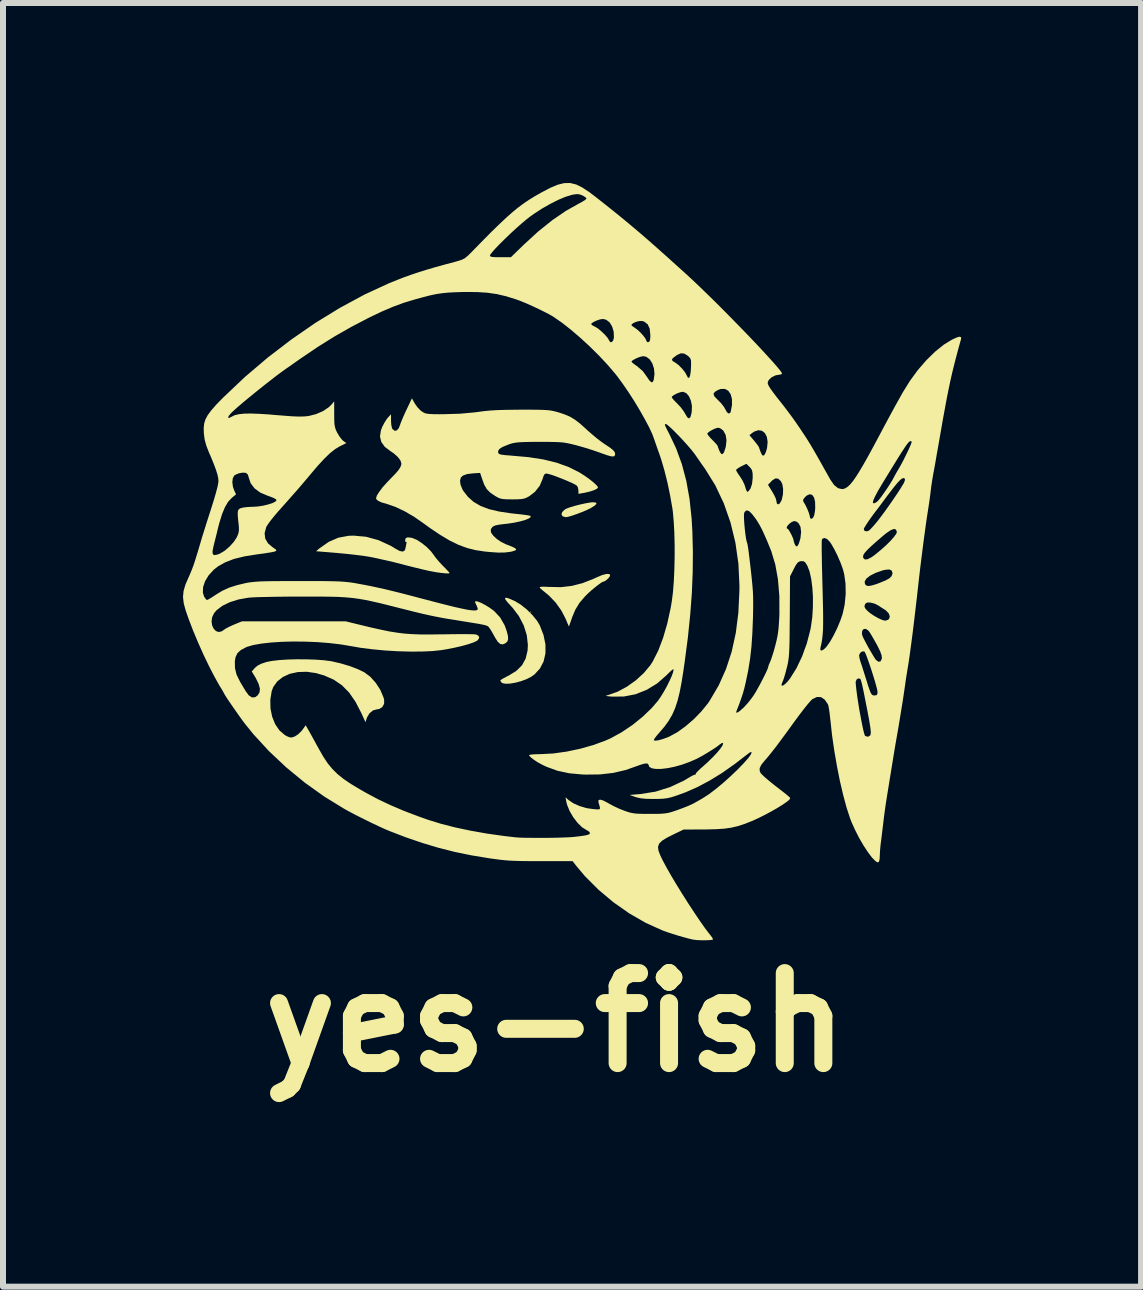
<source format=kicad_pcb>
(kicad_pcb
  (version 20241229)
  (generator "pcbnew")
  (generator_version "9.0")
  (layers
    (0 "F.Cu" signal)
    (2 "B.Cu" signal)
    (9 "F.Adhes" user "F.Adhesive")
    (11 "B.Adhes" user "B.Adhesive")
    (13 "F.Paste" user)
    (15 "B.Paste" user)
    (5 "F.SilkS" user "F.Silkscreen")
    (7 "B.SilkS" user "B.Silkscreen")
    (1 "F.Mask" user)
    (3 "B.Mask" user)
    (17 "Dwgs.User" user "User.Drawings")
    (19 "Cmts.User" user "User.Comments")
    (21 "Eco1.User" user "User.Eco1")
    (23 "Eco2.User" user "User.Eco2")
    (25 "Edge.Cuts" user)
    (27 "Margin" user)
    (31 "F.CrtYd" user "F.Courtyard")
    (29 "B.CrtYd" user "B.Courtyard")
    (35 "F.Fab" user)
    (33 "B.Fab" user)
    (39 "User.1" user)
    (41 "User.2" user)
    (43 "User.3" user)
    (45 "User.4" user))
  (footprint "yes-fish"
    (layer "F.Cu")
    (at 6.208 6.49)
    (property "Reference" "yes-fish" (at 0 7.5 0) (layer "F.SilkS") (effects (font (size 1.5 1.5) (thickness 0.3))))
    (attr board_only exclude_from_pos_files exclude_from_bom)
    (fp_poly (pts (xy -0.403 0.661) (xy -0.412 0.671) (xy -0.422 0.661) (xy -0.412 0.652)) (stroke (width 0) (type solid)) (fill yes) (layer "F.SilkS"))
    (fp_poly (pts (xy 0.675 -1.163) (xy 0.684 -1.145) (xy 0.657 -1.116) (xy 0.595 -1.076) (xy 0.583 -1.069) (xy 0.523 -1.04) (xy 0.445 -1.007) (xy 0.362 -0.975) (xy 0.281 -0.947) (xy 0.215 -0.928) (xy 0.173 -0.92) (xy 0.172 -0.92) (xy 0.13 -0.931) (xy 0.118 -0.937) (xy 0.1 -0.966) (xy 0.111 -1.004) (xy 0.148 -1.042) (xy 0.18 -1.062) (xy 0.239 -1.084) (xy 0.322 -1.109) (xy 0.416 -1.133) (xy 0.508 -1.153) (xy 0.586 -1.166) (xy 0.629 -1.169)) (stroke (width 0) (type solid)) (fill yes) (layer "F.SilkS"))
    (fp_poly (pts (xy -0.754 0.444) (xy -0.681 0.476) (xy -0.581 0.536) (xy -0.478 0.618) (xy -0.383 0.713) (xy -0.304 0.811) (xy -0.262 0.882) (xy -0.199 1.045) (xy -0.167 1.202) (xy -0.167 1.349) (xy -0.198 1.484) (xy -0.259 1.602) (xy -0.349 1.7) (xy -0.407 1.741) (xy -0.484 1.78) (xy -0.574 1.813) (xy -0.667 1.838) (xy -0.756 1.853) (xy -0.831 1.856) (xy -0.883 1.846) (xy -0.897 1.836) (xy -0.917 1.81) (xy -0.92 1.801) (xy -0.904 1.787) (xy -0.862 1.762) (xy -0.801 1.73) (xy -0.78 1.72) (xy -0.652 1.641) (xy -0.558 1.548) (xy -0.497 1.436) (xy -0.465 1.303) (xy -0.46 1.208) (xy -0.478 1.047) (xy -0.529 0.884) (xy -0.61 0.728) (xy -0.717 0.587) (xy -0.738 0.565) (xy -0.802 0.495) (xy -0.837 0.449) (xy -0.84 0.425) (xy -0.813 0.423)) (stroke (width 0) (type solid)) (fill yes) (layer "F.SilkS"))
    (fp_poly (pts (xy 0.899 0.029) (xy 0.911 0.04) (xy 0.907 0.064) (xy 0.881 0.098) (xy 0.845 0.131) (xy 0.811 0.151) (xy 0.8 0.153) (xy 0.772 0.165) (xy 0.725 0.198) (xy 0.665 0.244) (xy 0.6 0.298) (xy 0.539 0.353) (xy 0.496 0.396) (xy 0.401 0.506) (xy 0.332 0.619) (xy 0.277 0.749) (xy 0.27 0.772) (xy 0.248 0.835) (xy 0.232 0.881) (xy 0.224 0.901) (xy 0.224 0.901) (xy 0.216 0.884) (xy 0.197 0.841) (xy 0.172 0.78) (xy 0.168 0.771) (xy 0.098 0.636) (xy 0.003 0.503) (xy -0.108 0.387) (xy -0.163 0.341) (xy -0.214 0.3) (xy -0.251 0.267) (xy -0.265 0.25) (xy -0.25 0.241) (xy -0.199 0.238) (xy -0.112 0.242) (xy -0.1 0.242) (xy 0.092 0.246) (xy 0.272 0.225) (xy 0.451 0.179) (xy 0.639 0.105) (xy 0.682 0.085) (xy 0.779 0.044) (xy 0.852 0.025)) (stroke (width 0) (type solid)) (fill yes) (layer "F.SilkS"))
    (fp_poly (pts (xy -3.156 -0.594) (xy -2.949 -0.537) (xy -2.747 -0.444) (xy -2.67 -0.397) (xy -2.597 -0.357) (xy -2.545 -0.347) (xy -2.513 -0.365) (xy -2.501 -0.398) (xy -2.488 -0.463) (xy -2.482 -0.497) (xy -2.484 -0.51) (xy -2.492 -0.508) (xy -2.493 -0.508) (xy -2.504 -0.515) (xy -2.506 -0.536) (xy -2.495 -0.571) (xy -2.464 -0.584) (xy -2.406 -0.578) (xy -2.382 -0.572) (xy -2.31 -0.542) (xy -2.228 -0.489) (xy -2.146 -0.423) (xy -2.075 -0.351) (xy -2.038 -0.302) (xy -1.999 -0.248) (xy -1.943 -0.181) (xy -1.882 -0.115) (xy -1.875 -0.109) (xy -1.824 -0.056) (xy -1.785 -0.015) (xy -1.765 0.008) (xy -1.764 0.011) (xy -1.781 0.017) (xy -1.83 0.016) (xy -1.904 0.009) (xy -1.996 -0.004) (xy -2.032 -0.011) (xy -2.106 -0.025) (xy -2.204 -0.047) (xy -2.315 -0.074) (xy -2.427 -0.102) (xy -2.444 -0.106) (xy -2.547 -0.133) (xy -2.644 -0.158) (xy -2.724 -0.178) (xy -2.78 -0.191) (xy -2.789 -0.193) (xy -2.843 -0.205) (xy -2.921 -0.222) (xy -3.008 -0.241) (xy -3.038 -0.248) (xy -3.113 -0.262) (xy -3.216 -0.278) (xy -3.339 -0.293) (xy -3.471 -0.308) (xy -3.601 -0.32) (xy -3.991 -0.353) (xy -3.927 -0.406) (xy -3.777 -0.51) (xy -3.62 -0.578) (xy -3.449 -0.61) (xy -3.366 -0.613)) (stroke (width 0) (type solid)) (fill yes) (layer "F.SilkS"))
    (fp_poly (pts (xy -2.346 -2.817) (xy -2.302 -2.754) (xy -2.249 -2.699) (xy -2.229 -2.684) (xy -2.201 -2.666) (xy -2.174 -2.653) (xy -2.141 -2.645) (xy -2.094 -2.64) (xy -2.027 -2.637) (xy -1.933 -2.636) (xy -1.851 -2.637) (xy -1.589 -2.645) (xy -1.348 -2.667) (xy -1.294 -2.674) (xy -1.191 -2.688) (xy -1.086 -2.698) (xy -0.97 -2.705) (xy -0.836 -2.709) (xy -0.675 -2.711) (xy -0.575 -2.712) (xy -0.426 -2.712) (xy -0.31 -2.711) (xy -0.219 -2.709) (xy -0.149 -2.705) (xy -0.092 -2.7) (xy -0.043 -2.691) (xy 0.004 -2.68) (xy 0.048 -2.668) (xy 0.153 -2.633) (xy 0.242 -2.595) (xy 0.322 -2.547) (xy 0.406 -2.483) (xy 0.502 -2.397) (xy 0.521 -2.379) (xy 0.602 -2.307) (xy 0.691 -2.233) (xy 0.774 -2.17) (xy 0.816 -2.141) (xy 0.899 -2.086) (xy 0.953 -2.044) (xy 0.983 -2.011) (xy 0.994 -1.982) (xy 0.993 -1.961) (xy 0.984 -1.941) (xy 0.964 -1.932) (xy 0.926 -1.935) (xy 0.867 -1.951) (xy 0.78 -1.981) (xy 0.728 -2) (xy 0.627 -2.035) (xy 0.508 -2.073) (xy 0.389 -2.107) (xy 0.335 -2.122) (xy 0.261 -2.14) (xy 0.197 -2.154) (xy 0.137 -2.164) (xy 0.071 -2.17) (xy -0.008 -2.173) (xy -0.108 -2.175) (xy -0.236 -2.175) (xy -0.268 -2.175) (xy -0.403 -2.175) (xy -0.506 -2.173) (xy -0.584 -2.17) (xy -0.644 -2.165) (xy -0.692 -2.158) (xy -0.736 -2.147) (xy -0.782 -2.132) (xy -0.794 -2.127) (xy -0.882 -2.091) (xy -0.936 -2.056) (xy -0.957 -2.02) (xy -0.953 -1.989) (xy -0.939 -1.974) (xy -0.905 -1.963) (xy -0.845 -1.955) (xy -0.754 -1.948) (xy -0.735 -1.946) (xy -0.45 -1.921) (xy -0.199 -1.882) (xy 0.024 -1.827) (xy 0.22 -1.756) (xy 0.394 -1.669) (xy 0.404 -1.663) (xy 0.485 -1.612) (xy 0.562 -1.557) (xy 0.629 -1.504) (xy 0.679 -1.458) (xy 0.706 -1.425) (xy 0.709 -1.416) (xy 0.692 -1.395) (xy 0.644 -1.371) (xy 0.574 -1.348) (xy 0.491 -1.328) (xy 0.484 -1.327) (xy 0.383 -1.309) (xy 0.383 -1.36) (xy 0.375 -1.411) (xy 0.359 -1.443) (xy 0.333 -1.461) (xy 0.279 -1.489) (xy 0.206 -1.521) (xy 0.122 -1.556) (xy 0.035 -1.59) (xy -0.044 -1.619) (xy -0.109 -1.639) (xy -0.15 -1.648) (xy -0.154 -1.649) (xy -0.181 -1.638) (xy -0.201 -1.602) (xy -0.213 -1.562) (xy -0.262 -1.445) (xy -0.342 -1.343) (xy -0.435 -1.271) (xy -0.481 -1.246) (xy -0.523 -1.23) (xy -0.571 -1.222) (xy -0.637 -1.218) (xy -0.719 -1.217) (xy -0.809 -1.218) (xy -0.872 -1.222) (xy -0.919 -1.231) (xy -0.96 -1.248) (xy -1.006 -1.274) (xy -1.088 -1.33) (xy -1.145 -1.388) (xy -1.188 -1.463) (xy -1.217 -1.542) (xy -1.256 -1.658) (xy -1.371 -1.651) (xy -1.473 -1.639) (xy -1.542 -1.614) (xy -1.576 -1.583) (xy -1.591 -1.531) (xy -1.582 -1.461) (xy -1.551 -1.384) (xy -1.537 -1.36) (xy -1.459 -1.259) (xy -1.364 -1.175) (xy -1.248 -1.107) (xy -1.107 -1.054) (xy -0.937 -1.014) (xy -0.736 -0.984) (xy -0.667 -0.977) (xy -0.575 -0.967) (xy -0.498 -0.957) (xy -0.442 -0.948) (xy -0.416 -0.941) (xy -0.416 -0.94) (xy -0.415 -0.92) (xy -0.446 -0.898) (xy -0.505 -0.874) (xy -0.585 -0.851) (xy -0.682 -0.83) (xy -0.79 -0.813) (xy -0.848 -0.807) (xy -0.944 -0.795) (xy -1.008 -0.781) (xy -1.048 -0.76) (xy -1.071 -0.73) (xy -1.08 -0.705) (xy -1.073 -0.662) (xy -1.037 -0.612) (xy -0.979 -0.558) (xy -0.906 -0.508) (xy -0.825 -0.468) (xy -0.814 -0.464) (xy -0.725 -0.429) (xy -0.672 -0.403) (xy -0.654 -0.382) (xy -0.669 -0.366) (xy -0.717 -0.351) (xy -0.752 -0.343) (xy -0.842 -0.332) (xy -0.951 -0.33) (xy -1.086 -0.339) (xy -1.179 -0.348) (xy -1.331 -0.371) (xy -1.475 -0.407) (xy -1.618 -0.46) (xy -1.765 -0.532) (xy -1.921 -0.625) (xy -2.095 -0.742) (xy -2.205 -0.822) (xy -2.356 -0.927) (xy -2.511 -1.017) (xy -2.659 -1.088) (xy -2.792 -1.135) (xy -2.804 -1.139) (xy -2.897 -1.166) (xy -2.956 -1.193) (xy -2.986 -1.22) (xy -2.99 -1.238) (xy -2.977 -1.28) (xy -2.939 -1.341) (xy -2.882 -1.417) (xy -2.808 -1.5) (xy -2.742 -1.569) (xy -2.665 -1.648) (xy -2.614 -1.708) (xy -2.584 -1.756) (xy -2.57 -1.797) (xy -2.569 -1.818) (xy -2.585 -1.868) (xy -2.629 -1.925) (xy -2.694 -1.983) (xy -2.75 -2.021) (xy -2.845 -2.093) (xy -2.903 -2.174) (xy -2.925 -2.266) (xy -2.909 -2.369) (xy -2.888 -2.423) (xy -2.853 -2.491) (xy -2.814 -2.553) (xy -2.791 -2.582) (xy -2.741 -2.635) (xy -2.741 -2.529) (xy -2.737 -2.463) (xy -2.726 -2.409) (xy -2.716 -2.388) (xy -2.68 -2.36) (xy -2.643 -2.367) (xy -2.61 -2.407) (xy -2.596 -2.444) (xy -2.578 -2.494) (xy -2.548 -2.567) (xy -2.511 -2.652) (xy -2.483 -2.711) (xy -2.393 -2.901)) (stroke (width 0) (type solid)) (fill yes) (layer "F.SilkS"))
    (fp_poly (pts (xy 0.343 -6.466) (xy 0.447 -6.415) (xy 0.565 -6.337) (xy 0.665 -6.261) (xy 0.828 -6.133) (xy 0.978 -6.013) (xy 1.12 -5.898) (xy 1.257 -5.784) (xy 1.396 -5.667) (xy 1.541 -5.542) (xy 1.696 -5.405) (xy 1.867 -5.253) (xy 2.058 -5.08) (xy 2.175 -4.975) (xy 2.282 -4.876) (xy 2.4 -4.764) (xy 2.528 -4.64) (xy 2.662 -4.509) (xy 2.799 -4.372) (xy 2.937 -4.232) (xy 3.074 -4.092) (xy 3.206 -3.956) (xy 3.331 -3.825) (xy 3.445 -3.703) (xy 3.547 -3.592) (xy 3.634 -3.496) (xy 3.702 -3.417) (xy 3.75 -3.358) (xy 3.774 -3.321) (xy 3.776 -3.314) (xy 3.761 -3.3) (xy 3.741 -3.297) (xy 3.67 -3.285) (xy 3.602 -3.252) (xy 3.557 -3.209) (xy 3.538 -3.173) (xy 3.539 -3.142) (xy 3.556 -3.105) (xy 3.581 -3.065) (xy 3.624 -3.005) (xy 3.676 -2.936) (xy 3.705 -2.899) (xy 3.794 -2.787) (xy 3.879 -2.675) (xy 3.954 -2.574) (xy 4.006 -2.5) (xy 4.067 -2.411) (xy 4.117 -2.336) (xy 4.162 -2.269) (xy 4.203 -2.205) (xy 4.243 -2.14) (xy 4.286 -2.068) (xy 4.334 -1.985) (xy 4.391 -1.885) (xy 4.459 -1.764) (xy 4.542 -1.616) (xy 4.58 -1.548) (xy 4.643 -1.457) (xy 4.709 -1.404) (xy 4.777 -1.388) (xy 4.803 -1.392) (xy 4.837 -1.405) (xy 4.873 -1.43) (xy 4.913 -1.468) (xy 4.958 -1.522) (xy 5.009 -1.595) (xy 5.069 -1.69) (xy 5.138 -1.807) (xy 5.219 -1.951) (xy 5.313 -2.124) (xy 5.422 -2.328) (xy 5.463 -2.406) (xy 5.577 -2.618) (xy 5.675 -2.798) (xy 5.716 -2.871) (xy 5.749 -2.93) (xy 5.786 -2.996) (xy 5.791 -3.005) (xy 5.908 -3.193) (xy 6.039 -3.372) (xy 6.18 -3.535) (xy 6.326 -3.678) (xy 6.471 -3.795) (xy 6.608 -3.879) (xy 6.686 -3.915) (xy 6.736 -3.929) (xy 6.76 -3.92) (xy 6.76 -3.889) (xy 6.759 -3.887) (xy 6.717 -3.737) (xy 6.68 -3.598) (xy 6.646 -3.467) (xy 6.614 -3.337) (xy 6.584 -3.204) (xy 6.554 -3.063) (xy 6.523 -2.909) (xy 6.491 -2.736) (xy 6.455 -2.54) (xy 6.416 -2.316) (xy 6.375 -2.08) (xy 6.354 -1.964) (xy 6.334 -1.846) (xy 6.315 -1.739) (xy 6.299 -1.655) (xy 6.296 -1.639) (xy 6.279 -1.539) (xy 6.262 -1.426) (xy 6.25 -1.326) (xy 6.237 -1.225) (xy 6.22 -1.11) (xy 6.204 -1.005) (xy 6.203 -1) (xy 6.191 -0.922) (xy 6.175 -0.813) (xy 6.157 -0.681) (xy 6.137 -0.534) (xy 6.117 -0.377) (xy 6.097 -0.219) (xy 6.078 -0.067) (xy 6.062 0.071) (xy 6.057 0.115) (xy 6.03 0.357) (xy 6.003 0.591) (xy 5.977 0.811) (xy 5.952 1.015) (xy 5.928 1.197) (xy 5.907 1.353) (xy 5.889 1.479) (xy 5.876 1.562) (xy 5.859 1.663) (xy 5.841 1.776) (xy 5.828 1.869) (xy 5.811 1.986) (xy 5.79 2.128) (xy 5.765 2.282) (xy 5.74 2.435) (xy 5.717 2.575) (xy 5.703 2.655) (xy 5.688 2.741) (xy 5.667 2.861) (xy 5.641 3.016) (xy 5.61 3.208) (xy 5.573 3.435) (xy 5.53 3.7) (xy 5.521 3.757) (xy 5.503 3.871) (xy 5.486 3.993) (xy 5.471 4.107) (xy 5.463 4.178) (xy 5.451 4.276) (xy 5.439 4.378) (xy 5.428 4.465) (xy 5.425 4.485) (xy 5.415 4.569) (xy 5.408 4.655) (xy 5.406 4.706) (xy 5.402 4.782) (xy 5.39 4.824) (xy 5.369 4.833) (xy 5.337 4.815) (xy 5.276 4.754) (xy 5.208 4.664) (xy 5.135 4.553) (xy 5.062 4.428) (xy 4.995 4.296) (xy 4.936 4.166) (xy 4.908 4.093) (xy 4.85 3.915) (xy 4.794 3.706) (xy 4.74 3.475) (xy 4.691 3.228) (xy 4.647 2.973) (xy 4.61 2.718) (xy 4.583 2.471) (xy 4.581 2.456) (xy 4.571 2.365) (xy 4.56 2.284) (xy 4.549 2.225) (xy 4.54 2.197) (xy 4.487 2.12) (xy 4.426 2.079) (xy 4.358 2.076) (xy 4.285 2.111) (xy 4.279 2.115) (xy 4.249 2.144) (xy 4.202 2.199) (xy 4.142 2.274) (xy 4.073 2.364) (xy 3.999 2.464) (xy 3.985 2.483) (xy 3.865 2.649) (xy 3.764 2.786) (xy 3.68 2.899) (xy 3.608 2.991) (xy 3.548 3.066) (xy 3.495 3.128) (xy 3.487 3.136) (xy 3.43 3.207) (xy 3.403 3.263) (xy 3.404 3.311) (xy 3.419 3.344) (xy 3.445 3.372) (xy 3.494 3.418) (xy 3.561 3.475) (xy 3.638 3.537) (xy 3.653 3.549) (xy 3.747 3.622) (xy 3.815 3.675) (xy 3.861 3.712) (xy 3.889 3.736) (xy 3.904 3.75) (xy 3.91 3.759) (xy 3.911 3.766) (xy 3.91 3.769) (xy 3.894 3.793) (xy 3.848 3.829) (xy 3.779 3.876) (xy 3.693 3.929) (xy 3.595 3.985) (xy 3.49 4.041) (xy 3.384 4.094) (xy 3.284 4.14) (xy 3.278 4.142) (xy 3.155 4.191) (xy 3.043 4.228) (xy 2.933 4.254) (xy 2.815 4.271) (xy 2.68 4.28) (xy 2.519 4.284) (xy 2.481 4.284) (xy 2.135 4.286) (xy 1.964 4.368) (xy 1.853 4.424) (xy 1.775 4.473) (xy 1.728 4.52) (xy 1.709 4.573) (xy 1.716 4.637) (xy 1.747 4.717) (xy 1.786 4.798) (xy 1.849 4.916) (xy 1.927 5.053) (xy 2.016 5.202) (xy 2.113 5.359) (xy 2.212 5.515) (xy 2.311 5.666) (xy 2.404 5.804) (xy 2.488 5.924) (xy 2.56 6.019) (xy 2.581 6.045) (xy 2.611 6.085) (xy 2.626 6.114) (xy 2.626 6.117) (xy 2.609 6.124) (xy 2.563 6.129) (xy 2.499 6.131) (xy 2.428 6.131) (xy 2.358 6.128) (xy 2.301 6.121) (xy 2.3 6.121) (xy 2.24 6.108) (xy 2.154 6.085) (xy 2.054 6.057) (xy 1.952 6.025) (xy 1.857 5.994) (xy 1.783 5.967) (xy 1.506 5.842) (xy 1.231 5.684) (xy 0.966 5.498) (xy 0.718 5.29) (xy 0.492 5.064) (xy 0.348 4.893) (xy 0.285 4.812) (xy -0.246 4.812) (xy -0.413 4.812) (xy -0.549 4.811) (xy -0.662 4.808) (xy -0.76 4.804) (xy -0.85 4.797) (xy -0.939 4.787) (xy -1.036 4.774) (xy -1.102 4.765) (xy -1.399 4.716) (xy -1.677 4.659) (xy -1.946 4.591) (xy -2.217 4.51) (xy -2.5 4.413) (xy -2.76 4.313) (xy -2.844 4.278) (xy -2.951 4.229) (xy -3.075 4.17) (xy -3.204 4.106) (xy -3.332 4.042) (xy -3.447 3.981) (xy -3.518 3.942) (xy -3.852 3.737) (xy -4.178 3.504) (xy -4.488 3.249) (xy -4.777 2.977) (xy -5.037 2.694) (xy -5.176 2.522) (xy -5.216 2.469) (xy -5.266 2.399) (xy -5.321 2.321) (xy -5.377 2.241) (xy -5.429 2.165) (xy -5.474 2.099) (xy -5.505 2.05) (xy -5.52 2.024) (xy -5.521 2.023) (xy -5.53 2.005) (xy -5.554 1.962) (xy -5.589 1.905) (xy -5.596 1.894) (xy -5.68 1.745) (xy -5.771 1.569) (xy -5.865 1.374) (xy -5.956 1.17) (xy -6.041 0.967) (xy -6.115 0.773) (xy -6.163 0.636) (xy -6.196 0.515) (xy -6.208 0.409) (xy -6.201 0.335) (xy -5.877 0.335) (xy -5.858 0.4) (xy -5.832 0.44) (xy -5.811 0.46) (xy -5.808 0.46) (xy -5.784 0.45) (xy -5.739 0.423) (xy -5.679 0.385) (xy -5.667 0.376) (xy -5.556 0.308) (xy -5.441 0.255) (xy -5.31 0.213) (xy -5.163 0.178) (xy -5.114 0.169) (xy -5.061 0.162) (xy -5.001 0.156) (xy -4.929 0.151) (xy -4.841 0.148) (xy -4.731 0.146) (xy -4.596 0.145) (xy -4.431 0.144) (xy -4.265 0.144) (xy -4.075 0.144) (xy -3.918 0.144) (xy -3.79 0.146) (xy -3.685 0.148) (xy -3.599 0.151) (xy -3.526 0.156) (xy -3.463 0.162) (xy -3.403 0.169) (xy -3.341 0.179) (xy -3.297 0.187) (xy -3.173 0.21) (xy -3.057 0.233) (xy -2.941 0.258) (xy -2.82 0.285) (xy -2.686 0.318) (xy -2.533 0.356) (xy -2.354 0.403) (xy -2.214 0.44) (xy -2.004 0.495) (xy -1.828 0.54) (xy -1.683 0.576) (xy -1.566 0.602) (xy -1.474 0.621) (xy -1.404 0.631) (xy -1.354 0.635) (xy -1.32 0.632) (xy -1.3 0.622) (xy -1.298 0.621) (xy -1.297 0.597) (xy -1.313 0.557) (xy -1.314 0.554) (xy -1.333 0.514) (xy -1.342 0.49) (xy -1.342 0.49) (xy -1.327 0.479) (xy -1.288 0.488) (xy -1.232 0.511) (xy -1.165 0.547) (xy -1.094 0.591) (xy -1.026 0.641) (xy -1.021 0.645) (xy -0.923 0.75) (xy -0.847 0.882) (xy -0.815 0.97) (xy -0.793 1.054) (xy -0.789 1.112) (xy -0.802 1.152) (xy -0.833 1.18) (xy -0.879 1.2) (xy -0.92 1.193) (xy -0.962 1.156) (xy -1.007 1.086) (xy -1.023 1.056) (xy -1.06 0.99) (xy -1.093 0.937) (xy -1.117 0.905) (xy -1.119 0.903) (xy -1.131 0.895) (xy -1.15 0.887) (xy -1.179 0.878) (xy -1.224 0.868) (xy -1.287 0.856) (xy -1.375 0.842) (xy -1.491 0.823) (xy -1.64 0.799) (xy -1.668 0.794) (xy -1.796 0.774) (xy -1.909 0.754) (xy -2.016 0.733) (xy -2.125 0.71) (xy -2.244 0.683) (xy -2.383 0.649) (xy -2.549 0.607) (xy -2.578 0.6) (xy -2.763 0.553) (xy -2.92 0.514) (xy -3.056 0.483) (xy -3.176 0.458) (xy -3.287 0.439) (xy -3.395 0.425) (xy -3.507 0.415) (xy -3.63 0.408) (xy -3.768 0.405) (xy -3.93 0.403) (xy -4.121 0.403) (xy -4.217 0.403) (xy -4.39 0.403) (xy -4.557 0.405) (xy -4.713 0.407) (xy -4.853 0.41) (xy -4.971 0.413) (xy -5.061 0.417) (xy -5.119 0.422) (xy -5.121 0.422) (xy -5.283 0.451) (xy -5.429 0.497) (xy -5.553 0.558) (xy -5.648 0.63) (xy -5.691 0.681) (xy -5.723 0.749) (xy -5.732 0.819) (xy -5.722 0.884) (xy -5.696 0.94) (xy -5.658 0.978) (xy -5.612 0.994) (xy -5.56 0.981) (xy -5.532 0.961) (xy -5.495 0.936) (xy -5.434 0.904) (xy -5.363 0.872) (xy -5.358 0.87) (xy -5.224 0.815) (xy -4.361 0.815) (xy -3.498 0.815) (xy -3.278 0.869) (xy -3.084 0.916) (xy -2.918 0.953) (xy -2.774 0.983) (xy -2.643 1.004) (xy -2.517 1.02) (xy -2.389 1.029) (xy -2.25 1.034) (xy -2.093 1.035) (xy -1.91 1.032) (xy -1.862 1.032) (xy -1.726 1.03) (xy -1.601 1.029) (xy -1.492 1.029) (xy -1.405 1.03) (xy -1.346 1.032) (xy -1.323 1.035) (xy -1.28 1.058) (xy -1.271 1.093) (xy -1.297 1.131) (xy -1.311 1.141) (xy -1.365 1.167) (xy -1.45 1.196) (xy -1.558 1.226) (xy -1.682 1.255) (xy -1.815 1.281) (xy -1.899 1.295) (xy -2.047 1.311) (xy -2.224 1.319) (xy -2.422 1.32) (xy -2.632 1.314) (xy -2.846 1.301) (xy -3.056 1.281) (xy -3.252 1.256) (xy -3.407 1.229) (xy -3.58 1.2) (xy -3.768 1.178) (xy -3.967 1.162) (xy -4.17 1.154) (xy -4.371 1.152) (xy -4.564 1.157) (xy -4.744 1.169) (xy -4.904 1.187) (xy -5.039 1.211) (xy -5.144 1.242) (xy -5.155 1.247) (xy -5.244 1.294) (xy -5.301 1.347) (xy -5.333 1.414) (xy -5.344 1.481) (xy -5.342 1.595) (xy -5.315 1.704) (xy -5.258 1.82) (xy -5.248 1.838) (xy -5.211 1.899) (xy -5.18 1.951) (xy -5.165 1.977) (xy -5.111 2.05) (xy -5.058 2.084) (xy -5.005 2.08) (xy -4.965 2.051) (xy -4.933 2.001) (xy -4.926 1.939) (xy -4.947 1.86) (xy -4.995 1.761) (xy -5.024 1.713) (xy -5.062 1.651) (xy -5.009 1.591) (xy -4.964 1.553) (xy -4.903 1.522) (xy -4.815 1.493) (xy -4.812 1.492) (xy -4.721 1.475) (xy -4.601 1.461) (xy -4.46 1.452) (xy -4.307 1.448) (xy -4.15 1.449) (xy -3.999 1.454) (xy -3.862 1.464) (xy -3.747 1.479) (xy -3.729 1.482) (xy -3.577 1.517) (xy -3.427 1.562) (xy -3.293 1.613) (xy -3.189 1.663) (xy -3.089 1.737) (xy -2.997 1.839) (xy -2.92 1.957) (xy -2.867 2.082) (xy -2.856 2.123) (xy -2.856 2.189) (xy -2.886 2.244) (xy -2.936 2.276) (xy -2.97 2.281) (xy -3.039 2.299) (xy -3.099 2.347) (xy -3.141 2.417) (xy -3.145 2.427) (xy -3.167 2.496) (xy -3.235 2.346) (xy -3.332 2.158) (xy -3.438 2.004) (xy -3.558 1.882) (xy -3.695 1.788) (xy -3.854 1.718) (xy -3.993 1.678) (xy -4.148 1.656) (xy -4.294 1.661) (xy -4.428 1.69) (xy -4.543 1.743) (xy -4.637 1.817) (xy -4.703 1.909) (xy -4.73 1.98) (xy -4.753 2.124) (xy -4.75 2.268) (xy -4.722 2.405) (xy -4.672 2.529) (xy -4.602 2.632) (xy -4.513 2.709) (xy -4.481 2.728) (xy -4.432 2.749) (xy -4.394 2.751) (xy -4.346 2.735) (xy -4.345 2.734) (xy -4.292 2.701) (xy -4.239 2.65) (xy -4.22 2.627) (xy -4.163 2.548) (xy -4.116 2.63) (xy -4.089 2.678) (xy -4.049 2.75) (xy -4.001 2.838) (xy -3.949 2.932) (xy -3.938 2.952) (xy -3.866 3.077) (xy -3.795 3.184) (xy -3.718 3.277) (xy -3.632 3.362) (xy -3.53 3.444) (xy -3.407 3.527) (xy -3.257 3.617) (xy -3.152 3.677) (xy -2.955 3.782) (xy -2.752 3.878) (xy -2.534 3.971) (xy -2.294 4.063) (xy -2.118 4.125) (xy -1.911 4.189) (xy -1.674 4.25) (xy -1.413 4.305) (xy -1.136 4.354) (xy -0.851 4.394) (xy -0.671 4.415) (xy -0.603 4.42) (xy -0.505 4.423) (xy -0.386 4.424) (xy -0.254 4.425) (xy -0.117 4.424) (xy 0.016 4.422) (xy 0.137 4.418) (xy 0.237 4.414) (xy 0.303 4.409) (xy 0.413 4.396) (xy 0.49 4.385) (xy 0.539 4.374) (xy 0.566 4.361) (xy 0.575 4.346) (xy 0.575 4.342) (xy 0.559 4.319) (xy 0.52 4.295) (xy 0.517 4.294) (xy 0.443 4.248) (xy 0.367 4.173) (xy 0.296 4.08) (xy 0.236 3.978) (xy 0.194 3.875) (xy 0.181 3.824) (xy 0.167 3.748) (xy 0.213 3.79) (xy 0.294 3.846) (xy 0.401 3.894) (xy 0.519 3.929) (xy 0.616 3.943) (xy 0.688 3.95) (xy 0.729 3.949) (xy 0.743 3.935) (xy 0.737 3.9) (xy 0.718 3.838) (xy 0.717 3.834) (xy 0.716 3.798) (xy 0.742 3.787) (xy 0.794 3.801) (xy 0.869 3.84) (xy 0.886 3.85) (xy 0.969 3.895) (xy 1.068 3.941) (xy 1.155 3.975) (xy 1.217 3.996) (xy 1.273 4.01) (xy 1.332 4.019) (xy 1.402 4.023) (xy 1.495 4.025) (xy 1.575 4.025) (xy 1.685 4.025) (xy 1.768 4.022) (xy 1.832 4.016) (xy 1.889 4.006) (xy 1.949 3.989) (xy 2.023 3.964) (xy 2.039 3.958) (xy 2.129 3.925) (xy 2.214 3.891) (xy 2.281 3.861) (xy 2.308 3.847) (xy 2.377 3.808) (xy 2.449 3.767) (xy 2.463 3.758) (xy 2.556 3.698) (xy 2.666 3.615) (xy 2.786 3.516) (xy 2.909 3.406) (xy 3.028 3.293) (xy 3.136 3.182) (xy 3.216 3.091) (xy 3.254 3.038) (xy 3.269 3.004) (xy 3.261 2.992) (xy 3.231 3.006) (xy 3.212 3.021) (xy 2.983 3.197) (xy 2.771 3.346) (xy 2.569 3.47) (xy 2.372 3.575) (xy 2.173 3.663) (xy 2.014 3.721) (xy 1.933 3.747) (xy 1.863 3.763) (xy 1.792 3.772) (xy 1.704 3.776) (xy 1.639 3.776) (xy 1.516 3.774) (xy 1.423 3.765) (xy 1.35 3.749) (xy 1.331 3.743) (xy 1.236 3.709) (xy 1.419 3.694) (xy 1.667 3.654) (xy 1.911 3.578) (xy 2.141 3.47) (xy 2.233 3.415) (xy 2.282 3.387) (xy 2.319 3.372) (xy 2.329 3.371) (xy 2.339 3.368) (xy 2.335 3.364) (xy 2.342 3.346) (xy 2.374 3.311) (xy 2.422 3.265) (xy 2.441 3.249) (xy 2.534 3.166) (xy 2.618 3.084) (xy 2.691 3.007) (xy 2.747 2.939) (xy 2.783 2.886) (xy 2.795 2.851) (xy 2.792 2.843) (xy 2.771 2.845) (xy 2.737 2.869) (xy 2.736 2.869) (xy 2.691 2.904) (xy 2.621 2.951) (xy 2.539 3.002) (xy 2.454 3.053) (xy 2.376 3.095) (xy 2.358 3.105) (xy 2.237 3.158) (xy 2.113 3.203) (xy 1.989 3.238) (xy 1.872 3.262) (xy 1.765 3.275) (xy 1.675 3.276) (xy 1.607 3.265) (xy 1.564 3.241) (xy 1.553 3.21) (xy 1.537 3.187) (xy 1.492 3.185) (xy 1.42 3.205) (xy 1.384 3.218) (xy 1.172 3.293) (xy 0.961 3.342) (xy 0.742 3.367) (xy 0.503 3.37) (xy 0.45 3.368) (xy 0.23 3.348) (xy 0.033 3.306) (xy -0.151 3.239) (xy -0.22 3.206) (xy -0.295 3.165) (xy -0.361 3.122) (xy -0.411 3.083) (xy -0.438 3.053) (xy -0.441 3.046) (xy -0.423 3.039) (xy -0.375 3.033) (xy -0.304 3.03) (xy -0.244 3.029) (xy -0.039 3.018) (xy 0.185 2.987) (xy 0.413 2.939) (xy 0.635 2.876) (xy 0.836 2.802) (xy 0.851 2.795) (xy 1.638 2.795) (xy 1.639 2.798) (xy 1.664 2.805) (xy 1.715 2.798) (xy 1.785 2.779) (xy 1.865 2.75) (xy 1.902 2.734) (xy 2.032 2.663) (xy 2.169 2.564) (xy 2.306 2.446) (xy 2.411 2.338) (xy 3.013 2.338) (xy 3.034 2.335) (xy 3.073 2.309) (xy 3.126 2.262) (xy 3.141 2.248) (xy 3.204 2.179) (xy 3.268 2.098) (xy 3.302 2.05) (xy 3.339 1.991) (xy 3.381 1.916) (xy 3.407 1.869) (xy 3.767 1.869) (xy 3.772 1.889) (xy 3.794 1.885) (xy 3.829 1.859) (xy 3.861 1.827) (xy 5.003 1.827) (xy 5.007 1.885) (xy 5.016 1.967) (xy 5.029 2.066) (xy 5.046 2.177) (xy 5.065 2.293) (xy 5.086 2.407) (xy 5.106 2.513) (xy 5.125 2.605) (xy 5.142 2.674) (xy 5.156 2.717) (xy 5.162 2.726) (xy 5.208 2.74) (xy 5.244 2.718) (xy 5.25 2.708) (xy 5.256 2.668) (xy 5.249 2.592) (xy 5.231 2.48) (xy 5.23 2.473) (xy 5.195 2.288) (xy 5.165 2.137) (xy 5.142 2.018) (xy 5.123 1.927) (xy 5.108 1.86) (xy 5.096 1.815) (xy 5.088 1.788) (xy 5.081 1.776) (xy 5.05 1.765) (xy 5.02 1.783) (xy 5.004 1.82) (xy 5.003 1.827) (xy 3.861 1.827) (xy 3.873 1.814) (xy 3.91 1.767) (xy 4.016 1.598) (xy 4.11 1.401) (xy 4.116 1.385) (xy 5.061 1.385) (xy 5.067 1.43) (xy 5.083 1.488) (xy 5.088 1.504) (xy 5.106 1.555) (xy 5.13 1.631) (xy 5.158 1.72) (xy 5.178 1.783) (xy 5.21 1.887) (xy 5.235 1.96) (xy 5.254 2.008) (xy 5.272 2.035) (xy 5.29 2.048) (xy 5.313 2.051) (xy 5.32 2.051) (xy 5.354 2.045) (xy 5.366 2.018) (xy 5.368 1.993) (xy 5.362 1.956) (xy 5.346 1.893) (xy 5.323 1.811) (xy 5.294 1.717) (xy 5.263 1.619) (xy 5.231 1.524) (xy 5.201 1.439) (xy 5.176 1.372) (xy 5.157 1.33) (xy 5.149 1.319) (xy 5.116 1.316) (xy 5.082 1.337) (xy 5.062 1.374) (xy 5.061 1.385) (xy 4.116 1.385) (xy 4.148 1.295) (xy 4.415 1.295) (xy 4.436 1.303) (xy 4.47 1.285) (xy 4.514 1.242) (xy 4.519 1.236) (xy 4.577 1.154) (xy 4.638 1.046) (xy 4.651 1.019) (xy 5.107 1.019) (xy 5.117 1.061) (xy 5.138 1.106) (xy 5.172 1.171) (xy 5.213 1.248) (xy 5.258 1.325) (xy 5.299 1.394) (xy 5.331 1.445) (xy 5.345 1.462) (xy 5.385 1.49) (xy 5.418 1.482) (xy 5.438 1.441) (xy 5.44 1.427) (xy 5.435 1.382) (xy 5.412 1.317) (xy 5.368 1.227) (xy 5.347 1.188) (xy 5.303 1.11) (xy 5.263 1.041) (xy 5.232 0.992) (xy 5.218 0.973) (xy 5.176 0.942) (xy 5.139 0.943) (xy 5.113 0.971) (xy 5.107 1.019) (xy 4.651 1.019) (xy 4.698 0.923) (xy 4.75 0.797) (xy 4.785 0.695) (xy 4.814 0.565) (xy 5.149 0.565) (xy 5.16 0.596) (xy 5.19 0.632) (xy 5.239 0.675) (xy 5.306 0.721) (xy 5.378 0.762) (xy 5.444 0.792) (xy 5.493 0.805) (xy 5.495 0.805) (xy 5.539 0.792) (xy 5.56 0.776) (xy 5.572 0.734) (xy 5.555 0.685) (xy 5.511 0.637) (xy 5.488 0.621) (xy 5.432 0.586) (xy 5.38 0.551) (xy 5.322 0.522) (xy 5.256 0.504) (xy 5.252 0.504) (xy 5.201 0.501) (xy 5.172 0.514) (xy 5.158 0.534) (xy 5.149 0.565) (xy 4.814 0.565) (xy 4.82 0.534) (xy 4.837 0.361) (xy 4.834 0.189) (xy 4.829 0.151) (xy 5.153 0.151) (xy 5.158 0.195) (xy 5.18 0.219) (xy 5.216 0.227) (xy 5.271 0.218) (xy 5.352 0.194) (xy 5.401 0.175) (xy 5.499 0.135) (xy 5.565 0.099) (xy 5.602 0.062) (xy 5.616 0.022) (xy 5.617 0.011) (xy 5.603 -0.031) (xy 5.563 -0.049) (xy 5.494 -0.043) (xy 5.448 -0.032) (xy 5.333 0.009) (xy 5.243 0.055) (xy 5.182 0.103) (xy 5.153 0.151) (xy 4.829 0.151) (xy 4.812 0.029) (xy 4.792 -0.048) (xy 4.753 -0.157) (xy 4.705 -0.268) (xy 5.126 -0.268) (xy 5.129 -0.243) (xy 5.13 -0.241) (xy 5.156 -0.215) (xy 5.201 -0.219) (xy 5.268 -0.253) (xy 5.326 -0.295) (xy 5.422 -0.374) (xy 5.51 -0.452) (xy 5.585 -0.527) (xy 5.643 -0.593) (xy 5.68 -0.644) (xy 5.69 -0.677) (xy 5.674 -0.715) (xy 5.641 -0.724) (xy 5.588 -0.704) (xy 5.515 -0.655) (xy 5.46 -0.61) (xy 5.347 -0.513) (xy 5.261 -0.436) (xy 5.199 -0.377) (xy 5.158 -0.331) (xy 5.134 -0.296) (xy 5.126 -0.268) (xy 4.705 -0.268) (xy 4.704 -0.272) (xy 4.65 -0.381) (xy 4.598 -0.472) (xy 4.57 -0.513) (xy 4.525 -0.557) (xy 4.482 -0.574) (xy 4.449 -0.561) (xy 4.44 -0.545) (xy 4.438 -0.52) (xy 4.437 -0.46) (xy 4.437 -0.372) (xy 4.439 -0.257) (xy 4.441 -0.122) (xy 4.445 0.029) (xy 4.449 0.192) (xy 4.45 0.221) (xy 4.455 0.424) (xy 4.459 0.594) (xy 4.461 0.734) (xy 4.461 0.849) (xy 4.459 0.945) (xy 4.454 1.025) (xy 4.447 1.094) (xy 4.438 1.157) (xy 4.425 1.218) (xy 4.415 1.26) (xy 4.415 1.295) (xy 4.148 1.295) (xy 4.188 1.187) (xy 4.246 0.965) (xy 4.258 0.903) (xy 4.28 0.745) (xy 4.29 0.579) (xy 4.291 0.412) (xy 4.281 0.252) (xy 4.262 0.106) (xy 4.234 -0.018) (xy 4.197 -0.112) (xy 4.193 -0.119) (xy 4.163 -0.166) (xy 4.134 -0.186) (xy 4.095 -0.188) (xy 4.094 -0.188) (xy 4.061 -0.18) (xy 4.034 -0.16) (xy 4.005 -0.12) (xy 3.972 -0.058) (xy 3.909 0.067) (xy 3.905 0.738) (xy 3.903 0.918) (xy 3.902 1.065) (xy 3.9 1.183) (xy 3.897 1.278) (xy 3.893 1.353) (xy 3.888 1.414) (xy 3.881 1.467) (xy 3.873 1.515) (xy 3.862 1.563) (xy 3.855 1.591) (xy 3.833 1.676) (xy 3.811 1.751) (xy 3.792 1.807) (xy 3.784 1.823) (xy 3.767 1.869) (xy 3.407 1.869) (xy 3.426 1.833) (xy 3.469 1.749) (xy 3.506 1.674) (xy 3.533 1.614) (xy 3.546 1.577) (xy 3.546 1.572) (xy 3.555 1.542) (xy 3.575 1.496) (xy 3.576 1.494) (xy 3.593 1.452) (xy 3.616 1.383) (xy 3.642 1.298) (xy 3.663 1.221) (xy 3.686 1.129) (xy 3.703 1.046) (xy 3.715 0.961) (xy 3.723 0.865) (xy 3.73 0.745) (xy 3.732 0.69) (xy 3.731 0.393) (xy 3.708 0.117) (xy 3.663 -0.133) (xy 3.596 -0.356) (xy 3.581 -0.393) (xy 3.525 -0.529) (xy 3.478 -0.636) (xy 3.438 -0.722) (xy 3.421 -0.754) (xy 3.854 -0.754) (xy 3.856 -0.732) (xy 3.868 -0.728) (xy 3.884 -0.713) (xy 3.908 -0.674) (xy 3.934 -0.625) (xy 3.956 -0.576) (xy 3.968 -0.542) (xy 3.968 -0.537) (xy 3.974 -0.508) (xy 3.988 -0.469) (xy 4.009 -0.435) (xy 4.032 -0.438) (xy 4.055 -0.477) (xy 4.077 -0.549) (xy 4.083 -0.573) (xy 4.094 -0.676) (xy 4.088 -0.721) (xy 5.138 -0.721) (xy 5.152 -0.691) (xy 5.189 -0.684) (xy 5.219 -0.694) (xy 5.245 -0.715) (xy 5.287 -0.76) (xy 5.34 -0.821) (xy 5.378 -0.868) (xy 5.432 -0.939) (xy 5.497 -1.027) (xy 5.567 -1.126) (xy 5.637 -1.227) (xy 5.702 -1.323) (xy 5.756 -1.407) (xy 5.795 -1.471) (xy 5.806 -1.489) (xy 5.826 -1.541) (xy 5.818 -1.568) (xy 5.8 -1.572) (xy 5.775 -1.564) (xy 5.742 -1.538) (xy 5.698 -1.491) (xy 5.64 -1.42) (xy 5.564 -1.321) (xy 5.529 -1.275) (xy 5.473 -1.2) (xy 5.425 -1.135) (xy 5.39 -1.088) (xy 5.372 -1.064) (xy 5.372 -1.064) (xy 5.318 -0.994) (xy 5.263 -0.919) (xy 5.213 -0.847) (xy 5.172 -0.785) (xy 5.145 -0.74) (xy 5.138 -0.721) (xy 4.088 -0.721) (xy 4.083 -0.761) (xy 4.05 -0.822) (xy 4.016 -0.847) (xy 3.979 -0.856) (xy 3.942 -0.842) (xy 3.913 -0.823) (xy 3.874 -0.787) (xy 3.854 -0.754) (xy 3.421 -0.754) (xy 3.4 -0.793) (xy 3.361 -0.857) (xy 3.337 -0.894) (xy 3.274 -0.976) (xy 3.224 -1.023) (xy 3.184 -1.034) (xy 3.154 -1.009) (xy 3.145 -0.99) (xy 3.141 -0.956) (xy 3.142 -0.893) (xy 3.147 -0.812) (xy 3.155 -0.724) (xy 3.165 -0.638) (xy 3.176 -0.564) (xy 3.187 -0.512) (xy 3.193 -0.496) (xy 3.2 -0.47) (xy 3.209 -0.417) (xy 3.219 -0.347) (xy 3.221 -0.331) (xy 3.243 -0.15) (xy 3.26 -0.001) (xy 3.273 0.122) (xy 3.283 0.227) (xy 3.29 0.318) (xy 3.294 0.403) (xy 3.295 0.488) (xy 3.295 0.578) (xy 3.293 0.681) (xy 3.291 0.767) (xy 3.281 1.017) (xy 3.266 1.239) (xy 3.243 1.442) (xy 3.212 1.634) (xy 3.172 1.827) (xy 3.171 1.831) (xy 3.148 1.929) (xy 3.124 2.015) (xy 3.096 2.1) (xy 3.061 2.198) (xy 3.015 2.315) (xy 3.013 2.338) (xy 2.411 2.338) (xy 2.432 2.316) (xy 2.541 2.182) (xy 2.571 2.137) (xy 2.721 1.882) (xy 2.842 1.611) (xy 2.937 1.321) (xy 3.005 1.01) (xy 3.048 0.674) (xy 3.065 0.313) (xy 3.066 0.22) (xy 3.049 -0.143) (xy 2.999 -0.494) (xy 2.917 -0.832) (xy 2.805 -1.152) (xy 2.663 -1.452) (xy 2.506 -1.705) (xy 3.01 -1.705) (xy 3.021 -1.68) (xy 3.049 -1.635) (xy 3.074 -1.6) (xy 3.117 -1.533) (xy 3.151 -1.46) (xy 3.161 -1.428) (xy 3.177 -1.377) (xy 3.194 -1.346) (xy 3.201 -1.342) (xy 3.221 -1.357) (xy 3.248 -1.395) (xy 3.253 -1.404) (xy 3.271 -1.46) (xy 3.542 -1.46) (xy 3.611 -1.348) (xy 3.647 -1.285) (xy 3.672 -1.23) (xy 3.681 -1.196) (xy 3.689 -1.149) (xy 3.711 -1.133) (xy 3.738 -1.149) (xy 3.762 -1.19) (xy 4.127 -1.19) (xy 4.136 -1.173) (xy 4.165 -1.124) (xy 4.195 -1.062) (xy 4.22 -1) (xy 4.235 -0.953) (xy 4.237 -0.94) (xy 4.246 -0.9) (xy 4.27 -0.894) (xy 4.292 -0.91) (xy 4.312 -0.951) (xy 4.325 -1.025) (xy 4.329 -1.074) (xy 4.327 -1.159) (xy 5.29 -1.159) (xy 5.308 -1.15) (xy 5.349 -1.17) (xy 5.36 -1.178) (xy 5.386 -1.205) (xy 5.427 -1.256) (xy 5.475 -1.324) (xy 5.527 -1.399) (xy 5.575 -1.473) (xy 5.615 -1.539) (xy 5.633 -1.572) (xy 5.656 -1.615) (xy 5.69 -1.676) (xy 5.714 -1.716) (xy 5.755 -1.788) (xy 5.799 -1.87) (xy 5.841 -1.955) (xy 5.88 -2.035) (xy 5.911 -2.104) (xy 5.931 -2.154) (xy 5.937 -2.178) (xy 5.936 -2.179) (xy 5.926 -2.187) (xy 5.914 -2.188) (xy 5.9 -2.181) (xy 5.88 -2.162) (xy 5.853 -2.128) (xy 5.818 -2.077) (xy 5.772 -2.007) (xy 5.714 -1.915) (xy 5.641 -1.797) (xy 5.552 -1.652) (xy 5.449 -1.484) (xy 5.375 -1.358) (xy 5.324 -1.262) (xy 5.295 -1.196) (xy 5.29 -1.159) (xy 4.327 -1.159) (xy 4.327 -1.174) (xy 4.31 -1.247) (xy 4.279 -1.291) (xy 4.238 -1.303) (xy 4.188 -1.281) (xy 4.159 -1.255) (xy 4.13 -1.217) (xy 4.127 -1.19) (xy 3.762 -1.19) (xy 3.765 -1.196) (xy 3.771 -1.209) (xy 3.791 -1.299) (xy 3.794 -1.39) (xy 3.781 -1.47) (xy 3.756 -1.521) (xy 3.712 -1.562) (xy 3.667 -1.567) (xy 3.616 -1.536) (xy 3.596 -1.516) (xy 3.542 -1.46) (xy 3.271 -1.46) (xy 3.276 -1.474) (xy 3.286 -1.567) (xy 3.287 -1.586) (xy 3.285 -1.655) (xy 3.276 -1.701) (xy 3.256 -1.735) (xy 3.235 -1.758) (xy 3.183 -1.81) (xy 3.096 -1.768) (xy 3.047 -1.74) (xy 3.015 -1.715) (xy 3.01 -1.705) (xy 2.506 -1.705) (xy 2.491 -1.729) (xy 2.475 -1.751) (xy 2.426 -1.82) (xy 2.385 -1.88) (xy 2.356 -1.921) (xy 2.348 -1.933) (xy 2.314 -1.982) (xy 2.263 -2.046) (xy 2.199 -2.12) (xy 2.128 -2.199) (xy 2.055 -2.277) (xy 2.02 -2.312) (xy 2.53 -2.312) (xy 2.543 -2.288) (xy 2.577 -2.246) (xy 2.617 -2.205) (xy 2.662 -2.159) (xy 2.693 -2.123) (xy 2.703 -2.107) (xy 2.71 -2.083) (xy 2.727 -2.038) (xy 2.733 -2.023) (xy 2.759 -1.978) (xy 2.784 -1.971) (xy 2.809 -2.002) (xy 2.832 -2.072) (xy 2.84 -2.103) (xy 2.85 -2.205) (xy 2.837 -2.287) (xy 3.233 -2.287) (xy 3.313 -2.192) (xy 3.354 -2.141) (xy 3.383 -2.101) (xy 3.393 -2.083) (xy 3.4 -2.058) (xy 3.417 -2.013) (xy 3.422 -2) (xy 3.443 -1.957) (xy 3.461 -1.945) (xy 3.478 -1.954) (xy 3.498 -1.985) (xy 3.517 -2.039) (xy 3.526 -2.074) (xy 3.536 -2.175) (xy 3.523 -2.259) (xy 3.49 -2.322) (xy 3.442 -2.36) (xy 3.381 -2.37) (xy 3.313 -2.347) (xy 3.277 -2.323) (xy 3.233 -2.287) (xy 2.837 -2.287) (xy 2.835 -2.294) (xy 2.797 -2.363) (xy 2.759 -2.394) (xy 2.726 -2.409) (xy 2.694 -2.409) (xy 2.65 -2.393) (xy 2.62 -2.379) (xy 2.569 -2.35) (xy 2.537 -2.324) (xy 2.53 -2.312) (xy 2.02 -2.312) (xy 1.985 -2.348) (xy 1.923 -2.408) (xy 1.875 -2.451) (xy 1.845 -2.472) (xy 1.84 -2.473) (xy 1.827 -2.471) (xy 1.824 -2.459) (xy 1.833 -2.433) (xy 1.856 -2.385) (xy 1.894 -2.313) (xy 2.011 -2.066) (xy 2.106 -1.806) (xy 2.18 -1.527) (xy 2.234 -1.226) (xy 2.269 -0.898) (xy 2.281 -0.689) (xy 2.29 -0.347) (xy 2.287 -0.006) (xy 2.273 0.341) (xy 2.246 0.701) (xy 2.207 1.081) (xy 2.154 1.487) (xy 2.135 1.62) (xy 2.103 1.824) (xy 2.07 1.996) (xy 2.034 2.141) (xy 1.993 2.265) (xy 1.945 2.373) (xy 1.887 2.473) (xy 1.818 2.569) (xy 1.734 2.667) (xy 1.73 2.671) (xy 1.684 2.725) (xy 1.651 2.769) (xy 1.638 2.795) (xy 0.851 2.795) (xy 0.915 2.767) (xy 1.1 2.666) (xy 1.283 2.543) (xy 1.454 2.405) (xy 1.605 2.26) (xy 1.71 2.137) (xy 1.758 2.067) (xy 1.808 1.985) (xy 1.857 1.897) (xy 1.9 1.81) (xy 1.936 1.731) (xy 1.959 1.667) (xy 1.968 1.625) (xy 1.965 1.613) (xy 1.948 1.622) (xy 1.913 1.652) (xy 1.865 1.699) (xy 1.854 1.711) (xy 1.696 1.85) (xy 1.521 1.957) (xy 1.334 2.031) (xy 1.138 2.069) (xy 0.939 2.07) (xy 0.875 2.064) (xy 0.845 2.059) (xy 0.846 2.053) (xy 0.873 2.045) (xy 0.879 2.044) (xy 1.032 1.99) (xy 1.187 1.907) (xy 1.337 1.801) (xy 1.471 1.679) (xy 1.581 1.547) (xy 1.621 1.485) (xy 1.713 1.303) (xy 1.794 1.09) (xy 1.864 0.849) (xy 1.921 0.587) (xy 1.939 0.479) (xy 1.958 0.33) (xy 1.972 0.152) (xy 1.981 -0.045) (xy 1.986 -0.251) (xy 1.986 -0.459) (xy 1.981 -0.66) (xy 1.971 -0.844) (xy 1.957 -1.003) (xy 1.949 -1.064) (xy 1.911 -1.281) (xy 1.866 -1.498) (xy 1.814 -1.705) (xy 1.76 -1.889) (xy 1.734 -1.965) (xy 1.703 -2.051) (xy 1.676 -2.129) (xy 1.655 -2.19) (xy 1.647 -2.214) (xy 1.613 -2.306) (xy 1.559 -2.422) (xy 1.488 -2.555) (xy 1.406 -2.7) (xy 1.316 -2.85) (xy 1.269 -2.923) (xy 1.937 -2.923) (xy 1.949 -2.9) (xy 1.983 -2.861) (xy 2.029 -2.815) (xy 2.087 -2.753) (xy 2.138 -2.684) (xy 2.165 -2.638) (xy 2.198 -2.583) (xy 2.226 -2.566) (xy 2.248 -2.586) (xy 2.265 -2.645) (xy 2.271 -2.683) (xy 2.274 -2.775) (xy 2.257 -2.862) (xy 2.225 -2.935) (xy 2.191 -2.975) (xy 2.634 -2.975) (xy 2.647 -2.936) (xy 2.694 -2.886) (xy 2.706 -2.875) (xy 2.761 -2.819) (xy 2.809 -2.757) (xy 2.827 -2.724) (xy 2.858 -2.669) (xy 2.888 -2.647) (xy 2.912 -2.658) (xy 2.921 -2.679) (xy 2.942 -2.791) (xy 2.941 -2.89) (xy 2.92 -2.969) (xy 2.88 -3.027) (xy 2.826 -3.058) (xy 2.758 -3.058) (xy 2.712 -3.042) (xy 2.656 -3.009) (xy 2.634 -2.975) (xy 2.191 -2.975) (xy 2.181 -2.987) (xy 2.129 -3.009) (xy 2.121 -3.01) (xy 2.078 -3.002) (xy 2.026 -2.983) (xy 1.977 -2.958) (xy 1.944 -2.934) (xy 1.937 -2.923) (xy 1.269 -2.923) (xy 1.221 -2.998) (xy 1.125 -3.138) (xy 1.032 -3.265) (xy 0.999 -3.307) (xy 0.874 -3.454) (xy 0.82 -3.512) (xy 1.266 -3.512) (xy 1.281 -3.495) (xy 1.319 -3.465) (xy 1.36 -3.437) (xy 1.454 -3.356) (xy 1.517 -3.27) (xy 1.562 -3.203) (xy 1.596 -3.17) (xy 1.619 -3.171) (xy 1.636 -3.204) (xy 1.637 -3.206) (xy 1.65 -3.304) (xy 1.642 -3.398) (xy 1.614 -3.483) (xy 1.579 -3.538) (xy 1.941 -3.538) (xy 1.965 -3.514) (xy 1.991 -3.5) (xy 2.048 -3.459) (xy 2.108 -3.399) (xy 2.16 -3.334) (xy 2.187 -3.284) (xy 2.208 -3.245) (xy 2.227 -3.243) (xy 2.242 -3.274) (xy 2.253 -3.338) (xy 2.258 -3.407) (xy 2.26 -3.484) (xy 2.258 -3.533) (xy 2.248 -3.564) (xy 2.229 -3.589) (xy 2.202 -3.613) (xy 2.146 -3.647) (xy 2.091 -3.652) (xy 2.029 -3.625) (xy 1.992 -3.599) (xy 1.949 -3.564) (xy 1.941 -3.538) (xy 1.579 -3.538) (xy 1.571 -3.55) (xy 1.515 -3.593) (xy 1.463 -3.604) (xy 1.423 -3.596) (xy 1.37 -3.578) (xy 1.319 -3.554) (xy 1.28 -3.53) (xy 1.266 -3.512) (xy 0.82 -3.512) (xy 0.731 -3.607) (xy 0.577 -3.76) (xy 0.418 -3.907) (xy 0.259 -4.043) (xy 0.137 -4.139) (xy 0.594 -4.139) (xy 0.61 -4.121) (xy 0.649 -4.099) (xy 0.657 -4.096) (xy 0.707 -4.066) (xy 0.765 -4.018) (xy 0.823 -3.962) (xy 0.869 -3.909) (xy 0.893 -3.868) (xy 0.913 -3.837) (xy 0.939 -3.839) (xy 0.962 -3.866) (xy 0.974 -3.914) (xy 0.97 -4.011) (xy 0.944 -4.098) (xy 0.93 -4.122) (xy 1.265 -4.122) (xy 1.28 -4.105) (xy 1.316 -4.081) (xy 1.32 -4.078) (xy 1.369 -4.042) (xy 1.421 -3.993) (xy 1.468 -3.94) (xy 1.502 -3.893) (xy 1.514 -3.861) (xy 1.529 -3.838) (xy 1.548 -3.838) (xy 1.567 -3.849) (xy 1.577 -3.877) (xy 1.581 -3.931) (xy 1.581 -3.959) (xy 1.57 -4.063) (xy 1.536 -4.136) (xy 1.478 -4.18) (xy 1.444 -4.19) (xy 1.397 -4.189) (xy 1.344 -4.176) (xy 1.296 -4.155) (xy 1.268 -4.131) (xy 1.265 -4.122) (xy 0.93 -4.122) (xy 0.902 -4.167) (xy 0.845 -4.211) (xy 0.791 -4.224) (xy 0.744 -4.217) (xy 0.689 -4.199) (xy 0.638 -4.175) (xy 0.603 -4.152) (xy 0.594 -4.139) (xy 0.137 -4.139) (xy 0.109 -4.161) (xy -0.027 -4.255) (xy -0.067 -4.28) (xy -0.148 -4.324) (xy -0.252 -4.376) (xy -0.368 -4.431) (xy -0.484 -4.483) (xy -0.587 -4.525) (xy -0.652 -4.549) (xy -0.818 -4.601) (xy -0.975 -4.638) (xy -1.134 -4.661) (xy -1.305 -4.672) (xy -1.5 -4.674) (xy -1.543 -4.673) (xy -1.679 -4.669) (xy -1.791 -4.663) (xy -1.889 -4.653) (xy -1.984 -4.639) (xy -2.085 -4.618) (xy -2.202 -4.588) (xy -2.345 -4.549) (xy -2.348 -4.548) (xy -2.527 -4.494) (xy -2.706 -4.428) (xy -2.896 -4.347) (xy -3.106 -4.247) (xy -3.111 -4.244) (xy -3.397 -4.095) (xy -3.675 -3.937) (xy -3.954 -3.763) (xy -4.244 -3.567) (xy -4.361 -3.485) (xy -4.418 -3.444) (xy -4.471 -3.408) (xy -4.486 -3.398) (xy -4.56 -3.345) (xy -4.654 -3.275) (xy -4.761 -3.192) (xy -4.876 -3.102) (xy -4.993 -3.008) (xy -5.106 -2.916) (xy -5.211 -2.829) (xy -5.3 -2.753) (xy -5.369 -2.691) (xy -5.405 -2.657) (xy -5.444 -2.61) (xy -5.457 -2.581) (xy -5.444 -2.573) (xy -5.406 -2.59) (xy -5.396 -2.596) (xy -5.347 -2.62) (xy -5.28 -2.636) (xy -5.192 -2.646) (xy -5.08 -2.648) (xy -4.939 -2.643) (xy -4.766 -2.632) (xy -4.668 -2.623) (xy -4.515 -2.611) (xy -4.395 -2.602) (xy -4.3 -2.598) (xy -4.225 -2.598) (xy -4.162 -2.601) (xy -4.113 -2.607) (xy -3.991 -2.638) (xy -3.877 -2.687) (xy -3.781 -2.751) (xy -3.733 -2.797) (xy -3.688 -2.851) (xy -3.688 -2.638) (xy -3.687 -2.541) (xy -3.684 -2.472) (xy -3.675 -2.421) (xy -3.661 -2.377) (xy -3.639 -2.33) (xy -3.637 -2.327) (xy -3.6 -2.265) (xy -3.559 -2.212) (xy -3.536 -2.191) (xy -3.486 -2.155) (xy -3.594 -2.102) (xy -3.672 -2.055) (xy -3.757 -1.988) (xy -3.853 -1.895) (xy -3.963 -1.776) (xy -4.063 -1.658) (xy -4.124 -1.585) (xy -4.183 -1.516) (xy -4.244 -1.444) (xy -4.311 -1.366) (xy -4.391 -1.276) (xy -4.486 -1.168) (xy -4.603 -1.037) (xy -4.609 -1.031) (xy -4.677 -0.951) (xy -4.739 -0.875) (xy -4.787 -0.81) (xy -4.817 -0.764) (xy -4.821 -0.755) (xy -4.848 -0.654) (xy -4.838 -0.565) (xy -4.792 -0.485) (xy -4.714 -0.419) (xy -4.668 -0.387) (xy -4.651 -0.369) (xy -4.658 -0.357) (xy -4.68 -0.348) (xy -4.716 -0.339) (xy -4.781 -0.328) (xy -4.866 -0.315) (xy -4.963 -0.302) (xy -4.976 -0.3) (xy -5.184 -0.267) (xy -5.359 -0.224) (xy -5.504 -0.168) (xy -5.625 -0.1) (xy -5.696 -0.044) (xy -5.78 0.048) (xy -5.84 0.146) (xy -5.873 0.244) (xy -5.877 0.335) (xy -6.201 0.335) (xy -6.198 0.307) (xy -6.165 0.197) (xy -6.121 0.096) (xy -6.09 0.026) (xy -6.062 -0.042) (xy -6.034 -0.115) (xy -6.006 -0.2) (xy -5.974 -0.304) (xy -5.959 -0.352) (xy -5.716 -0.352) (xy -5.712 -0.305) (xy -5.688 -0.288) (xy -5.638 -0.296) (xy -5.592 -0.314) (xy -5.513 -0.361) (xy -5.431 -0.431) (xy -5.359 -0.512) (xy -5.312 -0.584) (xy -5.287 -0.643) (xy -5.276 -0.695) (xy -5.277 -0.76) (xy -5.28 -0.792) (xy -5.291 -0.894) (xy -5.296 -0.964) (xy -5.295 -1.01) (xy -5.288 -1.038) (xy -5.274 -1.055) (xy -5.253 -1.068) (xy -5.21 -1.08) (xy -5.143 -1.089) (xy -5.064 -1.093) (xy -5.051 -1.093) (xy -4.963 -1.098) (xy -4.873 -1.112) (xy -4.789 -1.132) (xy -4.718 -1.155) (xy -4.668 -1.18) (xy -4.649 -1.204) (xy -4.649 -1.205) (xy -4.666 -1.224) (xy -4.715 -1.248) (xy -4.788 -1.275) (xy -4.795 -1.277) (xy -4.92 -1.33) (xy -5.016 -1.401) (xy -5.08 -1.486) (xy -5.108 -1.568) (xy -5.127 -1.63) (xy -5.158 -1.659) (xy -5.159 -1.659) (xy -5.217 -1.663) (xy -5.286 -1.649) (xy -5.344 -1.622) (xy -5.353 -1.615) (xy -5.378 -1.57) (xy -5.386 -1.503) (xy -5.376 -1.427) (xy -5.355 -1.367) (xy -5.324 -1.301) (xy -5.396 -1.241) (xy -5.455 -1.178) (xy -5.508 -1.089) (xy -5.557 -0.971) (xy -5.604 -0.819) (xy -5.625 -0.738) (xy -5.648 -0.641) (xy -5.672 -0.547) (xy -5.691 -0.469) (xy -5.701 -0.43) (xy -5.716 -0.352) (xy -5.959 -0.352) (xy -5.935 -0.434) (xy -5.913 -0.508) (xy -5.892 -0.581) (xy -5.86 -0.682) (xy -5.823 -0.801) (xy -5.782 -0.929) (xy -5.741 -1.056) (xy -5.74 -1.059) (xy -5.696 -1.2) (xy -5.66 -1.323) (xy -5.634 -1.422) (xy -5.62 -1.493) (xy -5.617 -1.522) (xy -5.621 -1.571) (xy -5.634 -1.632) (xy -5.658 -1.708) (xy -5.694 -1.805) (xy -5.744 -1.928) (xy -5.781 -2.013) (xy -5.822 -2.12) (xy -5.847 -2.214) (xy -5.86 -2.313) (xy -5.861 -2.324) (xy -5.863 -2.407) (xy -5.855 -2.481) (xy -5.834 -2.55) (xy -5.796 -2.621) (xy -5.739 -2.698) (xy -5.66 -2.789) (xy -5.555 -2.897) (xy -5.532 -2.92) (xy -5.174 -3.259) (xy -4.796 -3.58) (xy -4.403 -3.881) (xy -4.001 -4.159) (xy -3.593 -4.409) (xy -3.184 -4.63) (xy -2.778 -4.818) (xy -2.631 -4.877) (xy -2.516 -4.922) (xy -2.403 -4.962) (xy -2.287 -5.001) (xy -2.159 -5.041) (xy -2.014 -5.084) (xy -1.844 -5.131) (xy -1.672 -5.177) (xy -1.602 -5.197) (xy -1.549 -5.216) (xy -1.506 -5.24) (xy -1.462 -5.277) (xy -1.458 -5.28) (xy -1.093 -5.28) (xy -1.085 -5.267) (xy -1.059 -5.258) (xy -1.008 -5.254) (xy -0.925 -5.253) (xy -0.918 -5.253) (xy -0.743 -5.253) (xy -0.53 -5.46) (xy -0.288 -5.682) (xy -0.055 -5.869) (xy 0.173 -6.025) (xy 0.388 -6.146) (xy 0.45 -6.18) (xy 0.496 -6.209) (xy 0.517 -6.229) (xy 0.518 -6.231) (xy 0.502 -6.251) (xy 0.463 -6.276) (xy 0.45 -6.282) (xy 0.404 -6.3) (xy 0.361 -6.305) (xy 0.303 -6.298) (xy 0.273 -6.292) (xy 0.171 -6.261) (xy 0.048 -6.21) (xy -0.087 -6.142) (xy -0.227 -6.062) (xy -0.362 -5.974) (xy -0.42 -5.933) (xy -0.491 -5.877) (xy -0.574 -5.807) (xy -0.663 -5.728) (xy -0.754 -5.644) (xy -0.843 -5.558) (xy -0.925 -5.477) (xy -0.996 -5.404) (xy -1.05 -5.343) (xy -1.084 -5.3) (xy -1.093 -5.28) (xy -1.458 -5.28) (xy -1.406 -5.331) (xy -1.366 -5.372) (xy -1.199 -5.543) (xy -1.054 -5.689) (xy -0.927 -5.812) (xy -0.815 -5.917) (xy -0.713 -6.007) (xy -0.619 -6.084) (xy -0.528 -6.151) (xy -0.436 -6.213) (xy -0.34 -6.272) (xy -0.236 -6.331) (xy -0.234 -6.332) (xy -0.088 -6.409) (xy 0.036 -6.461) (xy 0.144 -6.488) (xy 0.244 -6.49)) (stroke (width 0) (type solid)) (fill yes) (layer "F.SilkS")))
  (gr_rect
    (start -3 -3)
    (end 15.968 18.394)
    (stroke (width 0.1) (type default))
    (fill no)
    (layer "Edge.Cuts")))
</source>
